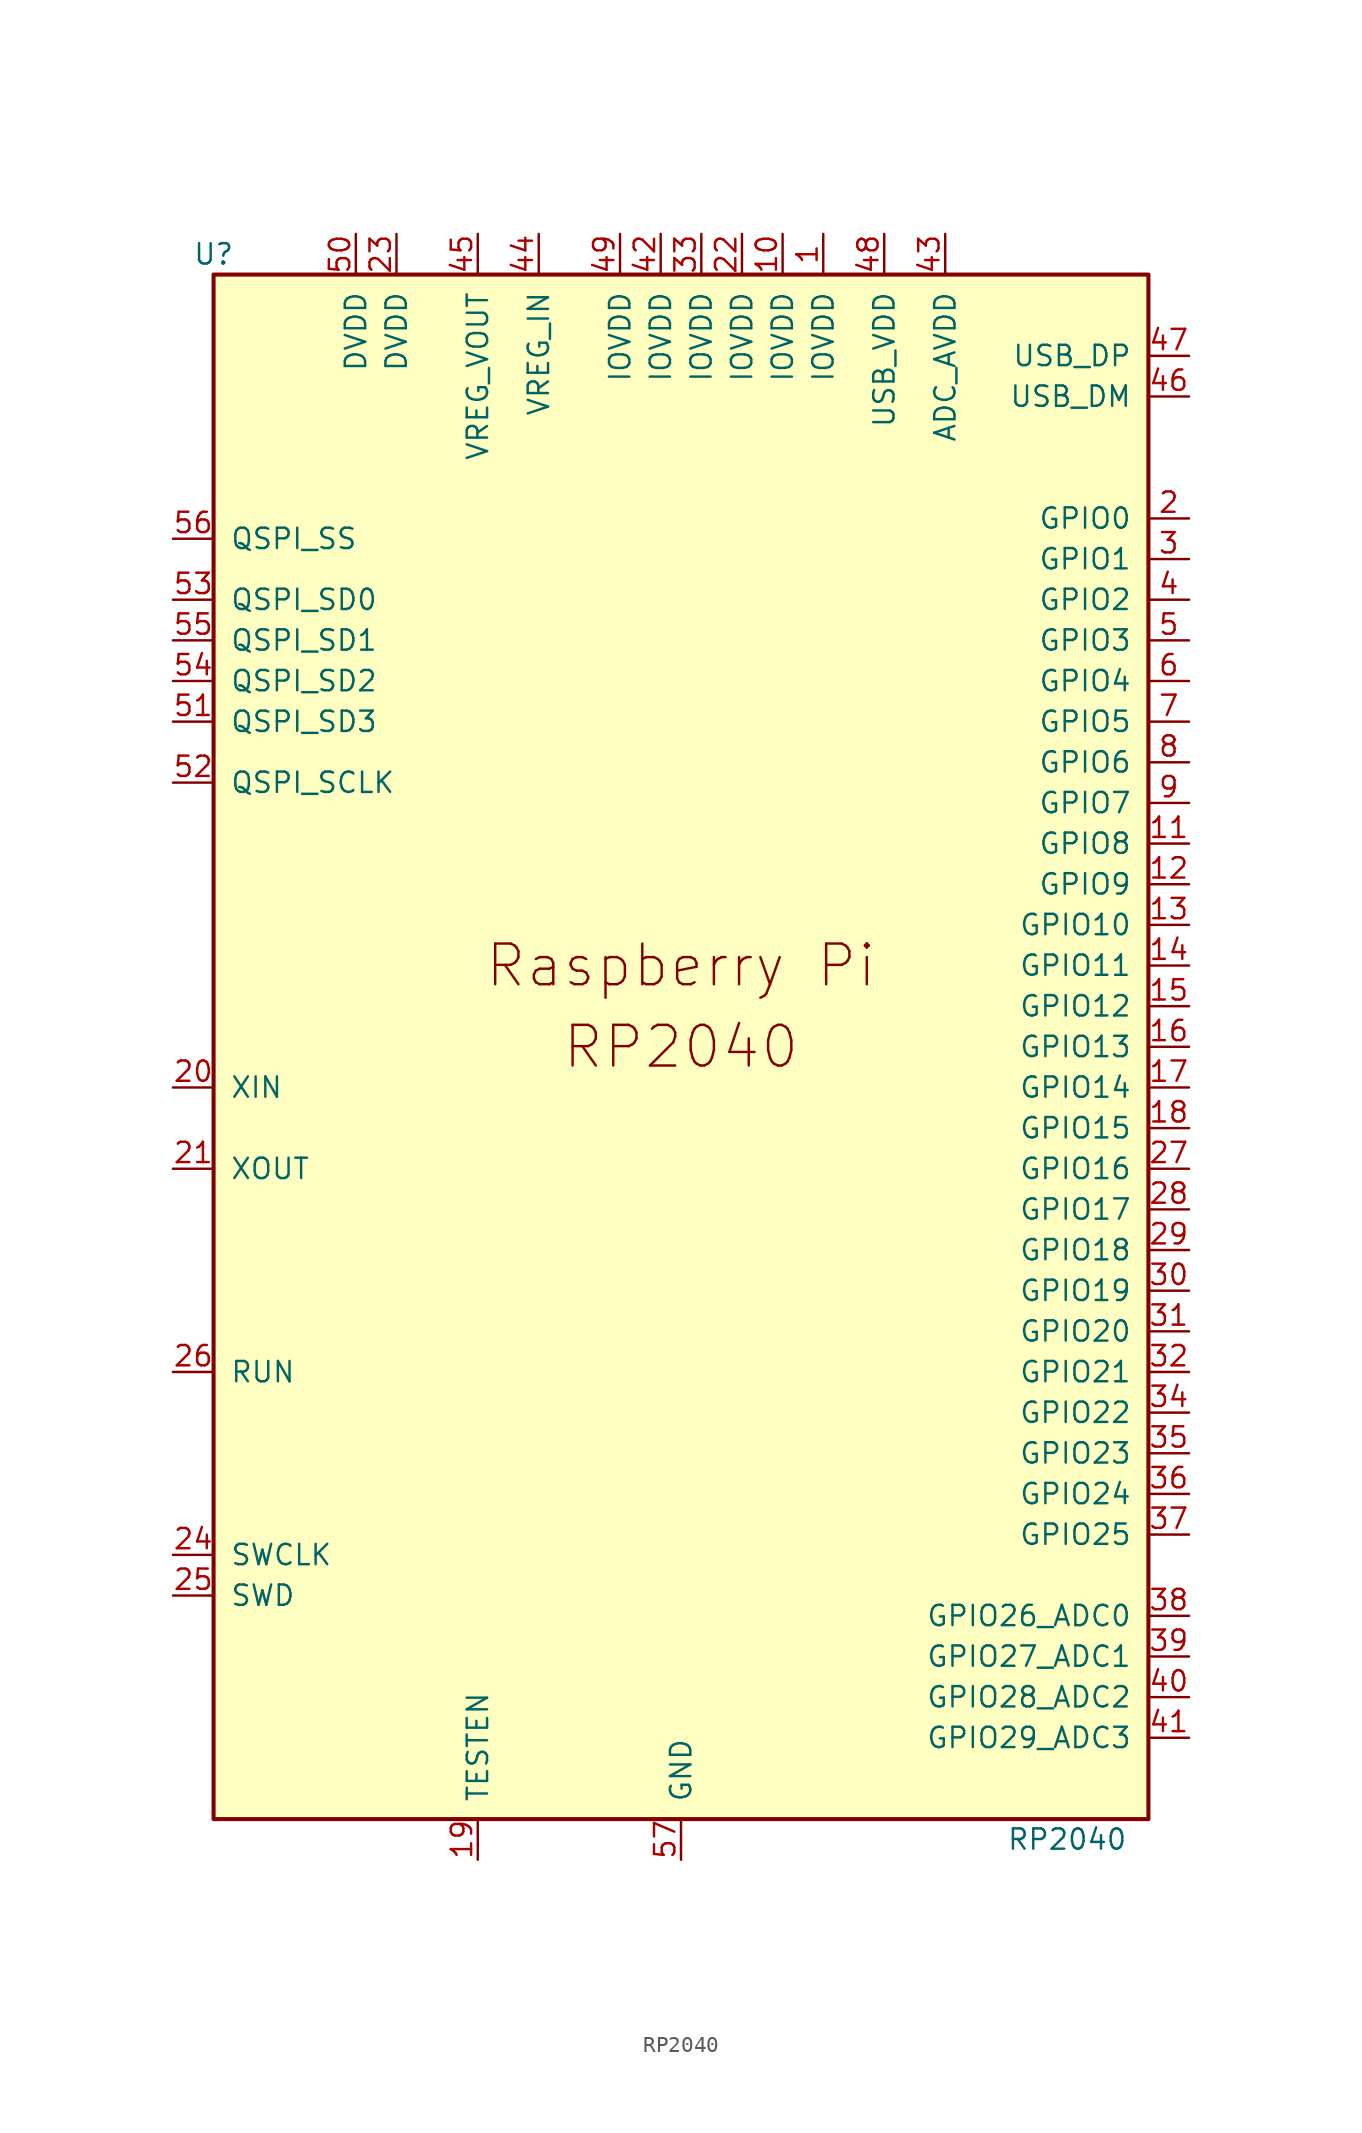
<source format=kicad_sym>
(kicad_symbol_lib
  (version 20231120)
  (generator "kicad_symbol_editor")
  (generator_version "8.0")
  (symbol "RP2040"
    (pin_names
      (offset 1.016))
    (property "Reference" "U"
      (at -29.21 49.53 0)
      (effects (font (size 1.27 1.27))))
    (property "Value" "RP2040"
      (at 24.13 -49.53 0)
      (effects (font (size 1.27 1.27))))
    (symbol "RP2040_0_0"
      (text "Raspberry Pi" (at 0 5.08 0) (effects (font (size 2.54 2.54))))
      (text "RP2040" (at 0 0 0) (effects (font (size 2.54 2.54)))))
    (symbol "RP2040_0_1"
      (rectangle (start 29.21 48.26) (end -29.21 -48.26) (stroke (width 0.254) (type default)) (fill (type background))))
    (symbol "RP2040_1_1"
      (pin power_in line (at 8.89 50.8 270) (length 2.54) (name "IOVDD" (effects (font (size 1.27 1.27)))) (number "1" (effects (font (size 1.27 1.27)))))
      (pin power_in line (at 6.35 50.8 270) (length 2.54) (name "IOVDD" (effects (font (size 1.27 1.27)))) (number "10" (effects (font (size 1.27 1.27)))))
      (pin bidirectional line (at 31.75 12.7 180) (length 2.54) (name "GPIO8" (effects (font (size 1.27 1.27)))) (number "11" (effects (font (size 1.27 1.27)))))
      (pin bidirectional line (at 31.75 10.16 180) (length 2.54) (name "GPIO9" (effects (font (size 1.27 1.27)))) (number "12" (effects (font (size 1.27 1.27)))))
      (pin bidirectional line (at 31.75 7.62 180) (length 2.54) (name "GPIO10" (effects (font (size 1.27 1.27)))) (number "13" (effects (font (size 1.27 1.27)))))
      (pin bidirectional line (at 31.75 5.08 180) (length 2.54) (name "GPIO11" (effects (font (size 1.27 1.27)))) (number "14" (effects (font (size 1.27 1.27)))))
      (pin bidirectional line (at 31.75 2.54 180) (length 2.54) (name "GPIO12" (effects (font (size 1.27 1.27)))) (number "15" (effects (font (size 1.27 1.27)))))
      (pin bidirectional line (at 31.75 0 180) (length 2.54) (name "GPIO13" (effects (font (size 1.27 1.27)))) (number "16" (effects (font (size 1.27 1.27)))))
      (pin bidirectional line (at 31.75 -2.54 180) (length 2.54) (name "GPIO14" (effects (font (size 1.27 1.27)))) (number "17" (effects (font (size 1.27 1.27)))))
      (pin bidirectional line (at 31.75 -5.08 180) (length 2.54) (name "GPIO15" (effects (font (size 1.27 1.27)))) (number "18" (effects (font (size 1.27 1.27)))))
      (pin passive line (at -12.7 -50.8 90) (length 2.54) (name "TESTEN" (effects (font (size 1.27 1.27)))) (number "19" (effects (font (size 1.27 1.27)))))
      (pin bidirectional line (at 31.75 33.02 180) (length 2.54) (name "GPIO0" (effects (font (size 1.27 1.27)))) (number "2" (effects (font (size 1.27 1.27)))))
      (pin input line (at -31.75 -2.54 0) (length 2.54) (name "XIN" (effects (font (size 1.27 1.27)))) (number "20" (effects (font (size 1.27 1.27)))))
      (pin passive line (at -31.75 -7.62 0) (length 2.54) (name "XOUT" (effects (font (size 1.27 1.27)))) (number "21" (effects (font (size 1.27 1.27)))))
      (pin power_in line (at 3.81 50.8 270) (length 2.54) (name "IOVDD" (effects (font (size 1.27 1.27)))) (number "22" (effects (font (size 1.27 1.27)))))
      (pin power_in line (at -17.78 50.8 270) (length 2.54) (name "DVDD" (effects (font (size 1.27 1.27)))) (number "23" (effects (font (size 1.27 1.27)))))
      (pin output line (at -31.75 -31.75 0) (length 2.54) (name "SWCLK" (effects (font (size 1.27 1.27)))) (number "24" (effects (font (size 1.27 1.27)))))
      (pin bidirectional line (at -31.75 -34.29 0) (length 2.54) (name "SWD" (effects (font (size 1.27 1.27)))) (number "25" (effects (font (size 1.27 1.27)))))
      (pin input line (at -31.75 -20.32 0) (length 2.54) (name "RUN" (effects (font (size 1.27 1.27)))) (number "26" (effects (font (size 1.27 1.27)))))
      (pin bidirectional line (at 31.75 -7.62 180) (length 2.54) (name "GPIO16" (effects (font (size 1.27 1.27)))) (number "27" (effects (font (size 1.27 1.27)))))
      (pin bidirectional line (at 31.75 -10.16 180) (length 2.54) (name "GPIO17" (effects (font (size 1.27 1.27)))) (number "28" (effects (font (size 1.27 1.27)))))
      (pin bidirectional line (at 31.75 -12.7 180) (length 2.54) (name "GPIO18" (effects (font (size 1.27 1.27)))) (number "29" (effects (font (size 1.27 1.27)))))
      (pin bidirectional line (at 31.75 30.48 180) (length 2.54) (name "GPIO1" (effects (font (size 1.27 1.27)))) (number "3" (effects (font (size 1.27 1.27)))))
      (pin bidirectional line (at 31.75 -15.24 180) (length 2.54) (name "GPIO19" (effects (font (size 1.27 1.27)))) (number "30" (effects (font (size 1.27 1.27)))))
      (pin bidirectional line (at 31.75 -17.78 180) (length 2.54) (name "GPIO20" (effects (font (size 1.27 1.27)))) (number "31" (effects (font (size 1.27 1.27)))))
      (pin bidirectional line (at 31.75 -20.32 180) (length 2.54) (name "GPIO21" (effects (font (size 1.27 1.27)))) (number "32" (effects (font (size 1.27 1.27)))))
      (pin power_in line (at 1.27 50.8 270) (length 2.54) (name "IOVDD" (effects (font (size 1.27 1.27)))) (number "33" (effects (font (size 1.27 1.27)))))
      (pin bidirectional line (at 31.75 -22.86 180) (length 2.54) (name "GPIO22" (effects (font (size 1.27 1.27)))) (number "34" (effects (font (size 1.27 1.27)))))
      (pin bidirectional line (at 31.75 -25.4 180) (length 2.54) (name "GPIO23" (effects (font (size 1.27 1.27)))) (number "35" (effects (font (size 1.27 1.27)))))
      (pin bidirectional line (at 31.75 -27.94 180) (length 2.54) (name "GPIO24" (effects (font (size 1.27 1.27)))) (number "36" (effects (font (size 1.27 1.27)))))
      (pin bidirectional line (at 31.75 -30.48 180) (length 2.54) (name "GPIO25" (effects (font (size 1.27 1.27)))) (number "37" (effects (font (size 1.27 1.27)))))
      (pin bidirectional line (at 31.75 -35.56 180) (length 2.54) (name "GPIO26_ADC0" (effects (font (size 1.27 1.27)))) (number "38" (effects (font (size 1.27 1.27)))))
      (pin bidirectional line (at 31.75 -38.1 180) (length 2.54) (name "GPIO27_ADC1" (effects (font (size 1.27 1.27)))) (number "39" (effects (font (size 1.27 1.27)))))
      (pin bidirectional line (at 31.75 27.94 180) (length 2.54) (name "GPIO2" (effects (font (size 1.27 1.27)))) (number "4" (effects (font (size 1.27 1.27)))))
      (pin bidirectional line (at 31.75 -40.64 180) (length 2.54) (name "GPIO28_ADC2" (effects (font (size 1.27 1.27)))) (number "40" (effects (font (size 1.27 1.27)))))
      (pin bidirectional line (at 31.75 -43.18 180) (length 2.54) (name "GPIO29_ADC3" (effects (font (size 1.27 1.27)))) (number "41" (effects (font (size 1.27 1.27)))))
      (pin power_in line (at -1.27 50.8 270) (length 2.54) (name "IOVDD" (effects (font (size 1.27 1.27)))) (number "42" (effects (font (size 1.27 1.27)))))
      (pin power_in line (at 16.51 50.8 270) (length 2.54) (name "ADC_AVDD" (effects (font (size 1.27 1.27)))) (number "43" (effects (font (size 1.27 1.27)))))
      (pin power_in line (at -8.89 50.8 270) (length 2.54) (name "VREG_IN" (effects (font (size 1.27 1.27)))) (number "44" (effects (font (size 1.27 1.27)))))
      (pin power_out line (at -12.7 50.8 270) (length 2.54) (name "VREG_VOUT" (effects (font (size 1.27 1.27)))) (number "45" (effects (font (size 1.27 1.27)))))
      (pin bidirectional line (at 31.75 40.64 180) (length 2.54) (name "USB_DM" (effects (font (size 1.27 1.27)))) (number "46" (effects (font (size 1.27 1.27)))))
      (pin bidirectional line (at 31.75 43.18 180) (length 2.54) (name "USB_DP" (effects (font (size 1.27 1.27)))) (number "47" (effects (font (size 1.27 1.27)))))
      (pin power_in line (at 12.7 50.8 270) (length 2.54) (name "USB_VDD" (effects (font (size 1.27 1.27)))) (number "48" (effects (font (size 1.27 1.27)))))
      (pin power_in line (at -3.81 50.8 270) (length 2.54) (name "IOVDD" (effects (font (size 1.27 1.27)))) (number "49" (effects (font (size 1.27 1.27)))))
      (pin bidirectional line (at 31.75 25.4 180) (length 2.54) (name "GPIO3" (effects (font (size 1.27 1.27)))) (number "5" (effects (font (size 1.27 1.27)))))
      (pin power_in line (at -20.32 50.8 270) (length 2.54) (name "DVDD" (effects (font (size 1.27 1.27)))) (number "50" (effects (font (size 1.27 1.27)))))
      (pin bidirectional line (at -31.75 20.32 0) (length 2.54) (name "QSPI_SD3" (effects (font (size 1.27 1.27)))) (number "51" (effects (font (size 1.27 1.27)))))
      (pin output line (at -31.75 16.51 0) (length 2.54) (name "QSPI_SCLK" (effects (font (size 1.27 1.27)))) (number "52" (effects (font (size 1.27 1.27)))))
      (pin bidirectional line (at -31.75 27.94 0) (length 2.54) (name "QSPI_SD0" (effects (font (size 1.27 1.27)))) (number "53" (effects (font (size 1.27 1.27)))))
      (pin bidirectional line (at -31.75 22.86 0) (length 2.54) (name "QSPI_SD2" (effects (font (size 1.27 1.27)))) (number "54" (effects (font (size 1.27 1.27)))))
      (pin bidirectional line (at -31.75 25.4 0) (length 2.54) (name "QSPI_SD1" (effects (font (size 1.27 1.27)))) (number "55" (effects (font (size 1.27 1.27)))))
      (pin bidirectional line (at -31.75 31.75 0) (length 2.54) (name "QSPI_SS" (effects (font (size 1.27 1.27)))) (number "56" (effects (font (size 1.27 1.27)))))
      (pin power_in line (at 0 -50.8 90) (length 2.54) (name "GND" (effects (font (size 1.27 1.27)))) (number "57" (effects (font (size 1.27 1.27)))))
      (pin bidirectional line (at 31.75 22.86 180) (length 2.54) (name "GPIO4" (effects (font (size 1.27 1.27)))) (number "6" (effects (font (size 1.27 1.27)))))
      (pin bidirectional line (at 31.75 20.32 180) (length 2.54) (name "GPIO5" (effects (font (size 1.27 1.27)))) (number "7" (effects (font (size 1.27 1.27)))))
      (pin bidirectional line (at 31.75 17.78 180) (length 2.54) (name "GPIO6" (effects (font (size 1.27 1.27)))) (number "8" (effects (font (size 1.27 1.27)))))
      (pin bidirectional line (at 31.75 15.24 180) (length 2.54) (name "GPIO7" (effects (font (size 1.27 1.27)))) (number "9" (effects (font (size 1.27 1.27))))))))
</source>
